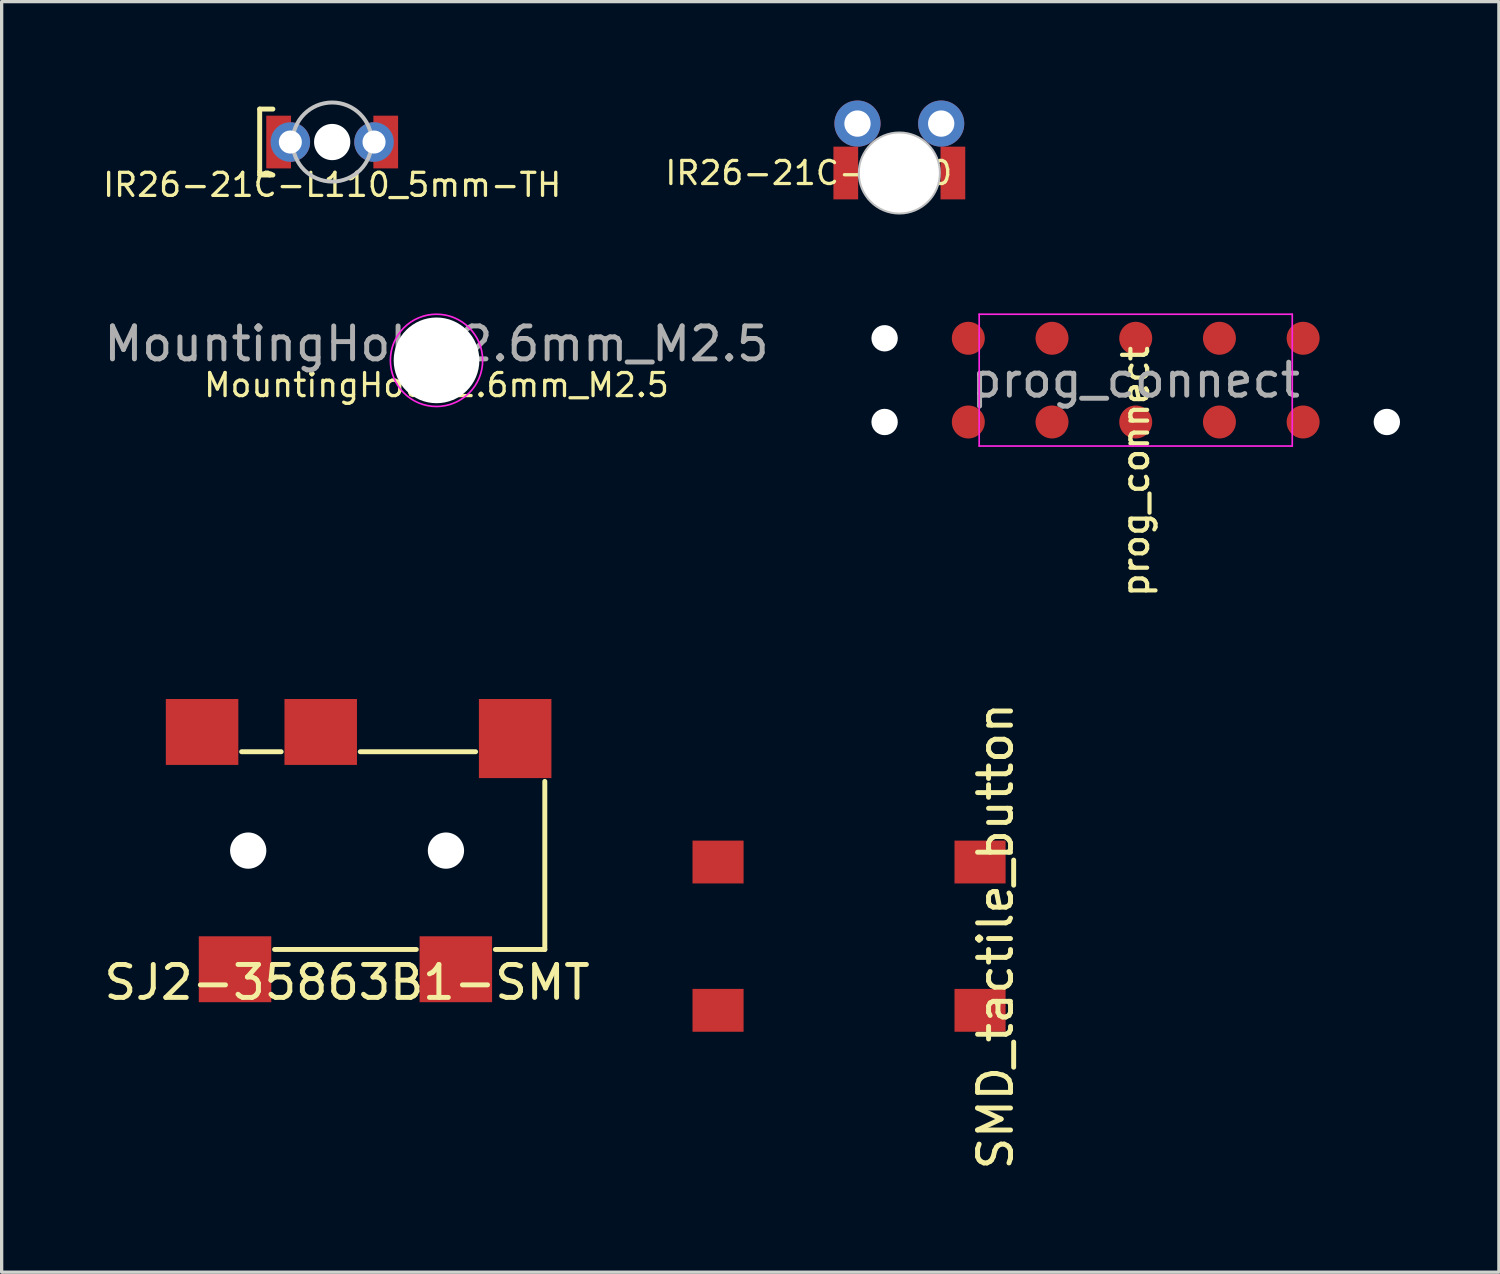
<source format=kicad_pcb>
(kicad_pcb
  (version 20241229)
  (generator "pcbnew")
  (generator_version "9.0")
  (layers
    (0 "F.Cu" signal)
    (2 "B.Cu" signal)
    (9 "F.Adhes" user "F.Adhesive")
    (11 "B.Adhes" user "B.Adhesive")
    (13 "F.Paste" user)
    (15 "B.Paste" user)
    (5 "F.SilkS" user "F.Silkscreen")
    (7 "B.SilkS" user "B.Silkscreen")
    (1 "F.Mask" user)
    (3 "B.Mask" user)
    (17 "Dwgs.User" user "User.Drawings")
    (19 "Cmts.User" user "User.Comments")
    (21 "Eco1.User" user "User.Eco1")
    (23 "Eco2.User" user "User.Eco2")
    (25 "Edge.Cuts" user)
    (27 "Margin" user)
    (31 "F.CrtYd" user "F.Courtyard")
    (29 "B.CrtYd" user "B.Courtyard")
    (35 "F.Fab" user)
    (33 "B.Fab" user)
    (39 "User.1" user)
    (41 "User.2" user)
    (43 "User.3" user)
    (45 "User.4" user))
  (footprint "IR26-21C-L110_5mm-TH"
    (layer "F.Cu")
    (at 7.03 1.26)
    (property "Reference" "IR26-21C-L110_5mm-TH" (at 0 1.3 180) (layer "F.SilkS") (effects (font (size 0.7 0.7) (thickness 0.1))))
    (attr through_hole)
    (fp_line (start -2.2 -1) (end -2.2 0.9) (stroke (width 0.15) (type solid)) (layer "F.SilkS"))
    (fp_line (start -2.2 0.9) (end -2.2 1) (stroke (width 0.15) (type solid)) (layer "F.SilkS"))
    (fp_line (start -2.2 1) (end -1.9 1) (stroke (width 0.15) (type solid)) (layer "F.SilkS"))
    (fp_line (start -1.9 1) (end -1.8 1) (stroke (width 0.15) (type solid)) (layer "F.SilkS"))
    (fp_line (start -1.8 -1) (end -2.2 -1) (stroke (width 0.15) (type solid)) (layer "F.SilkS"))
    (fp_line (start -0.2 0) (end 0.2 0) (stroke (width 0.12) (type solid)) (layer "Dwgs.User"))
    (fp_line (start 0 -0.2) (end 0 0.2) (stroke (width 0.12) (type solid)) (layer "Dwgs.User"))
    (fp_circle (center 0 0) (end -1.2 0) (stroke (width 0.12) (type solid)) (fill no) (layer "Dwgs.User"))
    (pad "" np_thru_hole circle (at 0 0) (size 1.1 1.1) (drill 1.1) (layers "*.Cu" "*.Mask"))
    (pad "1" smd rect (at -1.625 0) (size 0.75 1.6) (layers "F.Cu" "F.Mask" "F.Paste"))
    (pad "1" thru_hole circle (at -1.27 0) (size 1.2 1.2) (drill 0.7) (layers "*.Cu" "*.Mask"))
    (pad "2" thru_hole circle (at 1.27 0) (size 1.2 1.2) (drill 0.7) (layers "*.Cu" "*.Mask"))
    (pad "2" smd rect (at 1.625 0) (size 0.75 1.6) (layers "F.Cu" "F.Mask" "F.Paste")))
  (footprint "SMD_tactile_button"
    (layer "F.Cu")
    (at 22.714 25.358)
    (property "Reference" "SMD_tactile_button" (at 4.445 0 90) (layer "F.SilkS") (effects (font (size 1 1) (thickness 0.15))))
    (attr through_hole)
    (pad "1" smd rect (at -3.975 -2.25) (size 1.55 1.3) (layers "F.Cu" "F.Mask" "F.Paste"))
    (pad "2" smd rect (at 3.975 -2.25) (size 1.55 1.3) (layers "F.Cu" "F.Mask" "F.Paste"))
    (pad "3" smd rect (at -3.975 2.25) (size 1.55 1.3) (layers "F.Cu" "F.Mask" "F.Paste"))
    (pad "4" smd rect (at 3.975 2.25) (size 1.55 1.3) (layers "F.Cu" "F.Mask" "F.Paste")))
  (footprint "IR26-21C-L110"
    (layer "F.Cu")
    (at 24.24 2.2)
    (property "Reference" "IR26-21C-L110" (at -2.75 0 180) (layer "F.SilkS") (effects (font (size 0.7 0.7) (thickness 0.1))))
    (attr through_hole)
    (fp_line (start -0.2 0) (end 0.2 0) (stroke (width 0.12) (type solid)) (layer "Dwgs.User"))
    (fp_line (start 0 -0.2) (end 0 0.2) (stroke (width 0.12) (type solid)) (layer "Dwgs.User"))
    (fp_circle (center 0 0) (end -1.2 0) (stroke (width 0.12) (type solid)) (fill no) (layer "Dwgs.User"))
    (pad "" np_thru_hole circle (at 0 0) (size 2.4 2.4) (drill 2.4) (layers "*.Cu" "*.Mask"))
    (pad "1" smd rect (at -1.625 0) (size 0.75 1.6) (layers "F.Cu" "F.Mask" "F.Paste"))
    (pad "1" thru_hole circle (at -1.27 -1.5) (size 1.4 1.4) (drill 0.8) (layers "*.Cu" "*.Mask"))
    (pad "2" thru_hole circle (at 1.27 -1.5) (size 1.4 1.4) (drill 0.8) (layers "*.Cu" "*.Mask"))
    (pad "2" smd rect (at 1.625 0) (size 0.75 1.6) (layers "F.Cu" "F.Mask" "F.Paste")))
  (footprint "SJ2-35863B1-SMT"
    (layer "F.Cu")
    (at 1.482 22.761)
    (property "Reference" "SJ2-35863B1-SMT" (at 6 4 0) (layer "F.SilkS") (effects (font (size 1 1) (thickness 0.15))))
    (attr through_hole)
    (fp_line (start 2.8 -3) (end 4 -3) (stroke (width 0.15) (type solid)) (layer "F.SilkS"))
    (fp_line (start 3.8 3) (end 8.1 3) (stroke (width 0.15) (type solid)) (layer "F.SilkS"))
    (fp_line (start 6.4 -3) (end 9.9 -3) (stroke (width 0.15) (type solid)) (layer "F.SilkS"))
    (fp_line (start 10.5 3) (end 12 3) (stroke (width 0.15) (type solid)) (layer "F.SilkS"))
    (fp_line (start 12 3) (end 12 -2.1) (stroke (width 0.15) (type solid)) (layer "F.SilkS"))
    (pad "" np_thru_hole circle (at 3 0) (size 1.1 1.1) (drill 1.1) (layers "*.Cu" "*.Mask"))
    (pad "" np_thru_hole circle (at 9 0) (size 1.1 1.1) (drill 1.1) (layers "*.Cu" "*.Mask"))
    (pad "1" smd rect (at 2.6 3.6) (size 2.2 2) (layers "F.Cu" "F.Mask" "F.Paste"))
    (pad "2" smd rect (at 9.3 3.6) (size 2.2 2) (layers "F.Cu" "F.Mask" "F.Paste"))
    (pad "3" smd rect (at 5.2 -3.6) (size 2.2 2) (layers "F.Cu" "F.Mask" "F.Paste"))
    (pad "4" smd rect (at 1.6 -3.6) (size 2.2 2) (layers "F.Cu" "F.Mask" "F.Paste"))
    (pad "10" smd rect (at 11.1 -3.4) (size 2.2 2.4) (layers "F.Cu" "F.Mask" "F.Paste")))
  (footprint "prog_connect"
    (layer "F.Cu")
    (at 31.413 8.485)
    (property "Reference" "prog_connect" (at 0 2.77 90) (layer "F.SilkS") (effects (font (size 0.762 0.762) (thickness 0.127))))
    (attr exclude_from_pos_files exclude_from_bom)
    (fp_line (start -4.75 -2) (end 4.75 -2) (stroke (width 0.05) (type solid)) (layer "F.CrtYd"))
    (fp_line (start -4.75 2) (end -4.75 -2) (stroke (width 0.05) (type solid)) (layer "F.CrtYd"))
    (fp_line (start 4.75 -2) (end 4.75 2) (stroke (width 0.05) (type solid)) (layer "F.CrtYd"))
    (fp_line (start 4.75 2) (end -4.75 2) (stroke (width 0.05) (type solid)) (layer "F.CrtYd"))
    (fp_text user "${REFERENCE}" (at 0 0 0) (layer "F.Fab") (effects (font (size 1 1) (thickness 0.15))))
    (pad "" np_thru_hole circle (at -7.62 -1.27) (size 0.8 0.8) (drill 0.8) (layers "*.Cu" "*.Mask"))
    (pad "" np_thru_hole circle (at -7.62 1.27) (size 0.8 0.8) (drill 0.8) (layers "*.Cu" "*.Mask"))
    (pad "" np_thru_hole circle (at 7.62 1.27) (size 0.8 0.8) (drill 0.8) (layers "*.Cu" "*.Mask"))
    (pad "1" connect circle (at -5.08 1.27) (size 1 1) (layers "F.Cu" "F.Mask"))
    (pad "2" connect circle (at -5.08 -1.27) (size 1 1) (layers "F.Cu" "F.Mask"))
    (pad "3" connect circle (at -2.54 1.27) (size 1 1) (layers "F.Cu" "F.Mask"))
    (pad "4" connect circle (at -2.54 -1.27) (size 1 1) (layers "F.Cu" "F.Mask"))
    (pad "5" connect circle (at 0 1.27) (size 1 1) (layers "F.Cu" "F.Mask"))
    (pad "6" connect circle (at 0 -1.27) (size 1 1) (layers "F.Cu" "F.Mask"))
    (pad "7" connect circle (at 2.54 1.27) (size 1 1) (layers "F.Cu" "F.Mask"))
    (pad "8" connect circle (at 2.54 -1.27) (size 1 1) (layers "F.Cu" "F.Mask"))
    (pad "9" connect circle (at 5.08 1.27) (size 1 1) (layers "F.Cu" "F.Mask"))
    (pad "10" connect circle (at 5.08 -1.27) (size 1 1) (layers "F.Cu" "F.Mask")))
  (footprint "MountingHole_2.6mm_M2.5"
    (layer "F.Cu")
    (at 10.196 7.885)
    (property "Reference" "MountingHole_2.6mm_M2.5" (at 0 0.75 0) (layer "F.SilkS") (effects (font (size 0.7 0.7) (thickness 0.1))))
    (attr exclude_from_pos_files exclude_from_bom)
    (fp_circle (center 0 0) (end 1.4 0) (stroke (width 0.05) (type solid)) (fill no) (layer "F.CrtYd"))
    (fp_text user "${REFERENCE}" (at 0 -0.5 0) (layer "F.Fab") (effects (font (size 1 1) (thickness 0.15))))
    (pad "" np_thru_hole circle (at 0 0) (size 2.6 2.6) (drill 2.6) (layers "*.Cu" "*.Mask")))
  (gr_rect
    (start -3 -3)
    (end 42.433 35.554)
    (stroke (width 0.1) (type default))
    (fill no)
    (layer "Edge.Cuts")))
</source>
